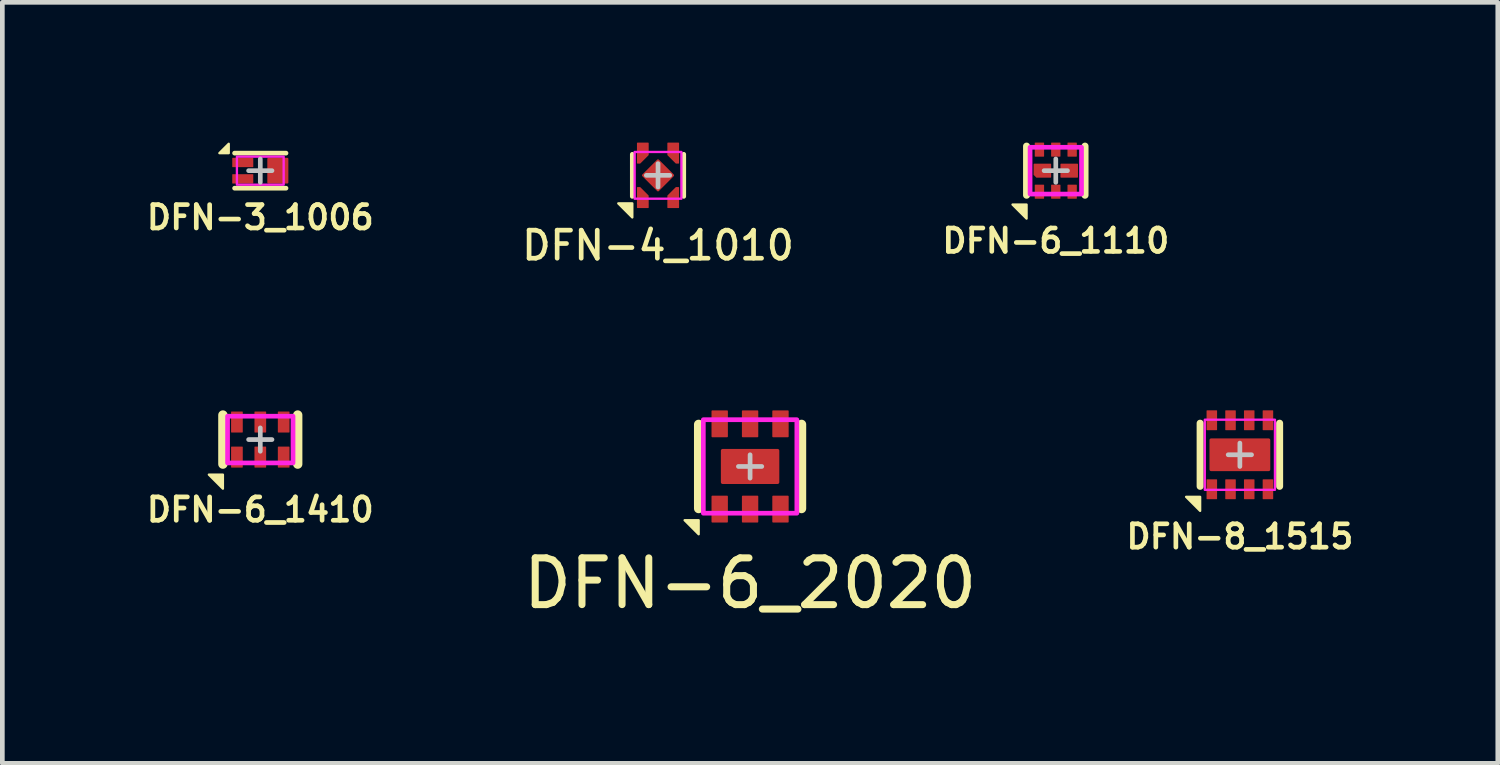
<source format=kicad_pcb>
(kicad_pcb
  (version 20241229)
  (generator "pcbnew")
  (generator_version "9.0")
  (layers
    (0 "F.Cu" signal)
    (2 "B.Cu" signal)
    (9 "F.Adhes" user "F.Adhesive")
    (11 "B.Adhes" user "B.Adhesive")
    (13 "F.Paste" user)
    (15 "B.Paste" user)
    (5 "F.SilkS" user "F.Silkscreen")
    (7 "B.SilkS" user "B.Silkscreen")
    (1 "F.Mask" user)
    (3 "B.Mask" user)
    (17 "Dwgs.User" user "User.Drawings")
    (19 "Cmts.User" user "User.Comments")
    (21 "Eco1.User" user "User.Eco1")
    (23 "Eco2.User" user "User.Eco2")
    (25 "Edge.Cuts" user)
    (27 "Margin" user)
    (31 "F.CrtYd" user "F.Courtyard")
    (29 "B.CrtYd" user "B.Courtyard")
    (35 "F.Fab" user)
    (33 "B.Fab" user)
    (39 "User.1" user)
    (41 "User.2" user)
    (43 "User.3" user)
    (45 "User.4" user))
  (footprint "DFN-3_1006"
    (layer "F.Cu")
    (at 2.517 0.6)
    (property "Reference" "DFN-3_1006" (at 0 1 0) (unlocked yes) (layer "F.SilkS") (effects (font (size 0.5 0.5) (thickness 0.1))))
    (attr smd)
    (fp_line (start -0.55 -0.375) (end 0.55 -0.375) (stroke (width 0.1) (type solid)) (layer "F.SilkS"))
    (fp_line (start -0.55 0.375) (end 0.55 0.375) (stroke (width 0.1) (type solid)) (layer "F.SilkS"))
    (fp_poly (pts (xy -0.675 -0.575) (xy -0.675 -0.375) (xy -0.875 -0.375)) (stroke (width 0.05) (type solid)) (fill yes) (layer "F.SilkS"))
    (fp_line (start -0.25 0) (end 0.25 0) (stroke (width 0.1) (type solid)) (layer "Dwgs.User"))
    (fp_line (start 0 -0.25) (end 0 0.25) (stroke (width 0.1) (type solid)) (layer "Dwgs.User"))
    (fp_rect (start -0.5 -0.3) (end 0.5 0.3) (stroke (width 0.05) (type solid)) (fill no) (layer "F.CrtYd"))
    (pad "1" smd roundrect (at -0.375 -0.175) (size 0.45 0.2) (layers "F.Cu" "F.Mask" "F.Paste") (roundrect_rratio 0.05))
    (pad "2" smd roundrect (at -0.375 0.175) (size 0.45 0.2) (layers "F.Cu" "F.Mask" "F.Paste") (roundrect_rratio 0.05))
    (pad "3" smd roundrect (at 0.375 0 90) (size 0.55 0.45) (layers "F.Cu" "F.Mask" "F.Paste") (roundrect_rratio 0.05)))
  (footprint "DFN-6_2020"
    (layer "F.Cu")
    (at 12.992 6.926)
    (property "Reference" "DFN-6_2020" (at 0 2.5 0) (unlocked yes) (layer "F.SilkS") (effects (font (size 1 1) (thickness 0.15))))
    (attr smd)
    (fp_line (start -1.1 0.9) (end -1.1 -0.9) (stroke (width 0.2) (type solid)) (layer "F.SilkS"))
    (fp_line (start 1.1 -0.9) (end 1.1 0.9) (stroke (width 0.2) (type solid)) (layer "F.SilkS"))
    (fp_poly (pts (xy -1.4 1.15) (xy -1.1 1.15) (xy -1.1 1.45)) (stroke (width 0.05) (type solid)) (fill yes) (layer "F.SilkS"))
    (fp_line (start -0.25 0) (end 0.25 0) (stroke (width 0.1) (type solid)) (layer "Dwgs.User"))
    (fp_line (start 0 -0.25) (end 0 0.25) (stroke (width 0.1) (type solid)) (layer "Dwgs.User"))
    (fp_rect (start -1 -1) (end 1 1) (stroke (width 0.1) (type solid)) (fill no) (layer "F.CrtYd"))
    (pad "1" smd roundrect (at -0.65 0.912 90) (size 0.575 0.35) (layers "F.Cu" "F.Mask" "F.Paste") (roundrect_rratio 0.05))
    (pad "2" smd roundrect (at 0 0.912 90) (size 0.575 0.35) (layers "F.Cu" "F.Mask" "F.Paste") (roundrect_rratio 0.05))
    (pad "3" smd roundrect (at 0.65 0.912 90) (size 0.575 0.35) (layers "F.Cu" "F.Mask" "F.Paste") (roundrect_rratio 0.05))
    (pad "4" smd roundrect (at 0.65 -0.912 90) (size 0.575 0.35) (layers "F.Cu" "F.Mask" "F.Paste") (roundrect_rratio 0.05))
    (pad "5" smd roundrect (at 0 -0.912 90) (size 0.575 0.35) (layers "F.Cu" "F.Mask" "F.Paste") (roundrect_rratio 0.05))
    (pad "6" smd roundrect (at -0.65 -0.912 90) (size 0.575 0.35) (layers "F.Cu" "F.Mask" "F.Paste") (roundrect_rratio 0.05))
    (pad "EP" smd roundrect (at 0 0) (size 1.25 0.75) (layers "F.Cu" "F.Mask" "F.Paste") (roundrect_rratio 0.05)))
  (footprint "DFN-4_1010"
    (layer "F.Cu")
    (at 11.023 0.7)
    (property "Reference" "DFN-4_1010" (at 0 1.5 0) (unlocked yes) (layer "F.SilkS") (effects (font (size 0.6 0.6) (thickness 0.1))))
    (attr smd)
    (fp_line (start -0.55 0.45) (end -0.55 -0.45) (stroke (width 0.1) (type solid)) (layer "F.SilkS"))
    (fp_line (start 0.55 0.45) (end 0.55 -0.45) (stroke (width 0.1) (type solid)) (layer "F.SilkS"))
    (fp_poly (pts (xy -0.85 0.6) (xy -0.55 0.6) (xy -0.55 0.9)) (stroke (width 0.05) (type solid)) (fill yes) (layer "F.SilkS"))
    (fp_line (start -0.25 0) (end 0.25 0) (stroke (width 0.1) (type solid)) (layer "Dwgs.User"))
    (fp_line (start 0 -0.25) (end 0 0.25) (stroke (width 0.1) (type solid)) (layer "Dwgs.User"))
    (fp_rect (start -0.5 -0.5) (end 0.5 0.5) (stroke (width 0.05) (type solid)) (fill no) (layer "F.CrtYd"))
    (pad "1" smd custom (at -0.325 0.5 90) (size 0.2 0.1) (layers "F.Cu" "F.Mask" "F.Paste") (options (anchor rect)) (primitives (gr_poly (pts (xy 0.237 -0.062) (xy 0.062 0.113) (xy -0.188 0.113) (xy -0.188 -0.113) (xy 0.237 -0.113)) (width 0.025) (fill yes))))
    (pad "2" smd custom (at 0.325 0.5 270) (size 0.2 0.1) (layers "F.Cu" "F.Mask" "F.Paste") (options (anchor rect)) (primitives (gr_poly (pts (xy 0.188 0.113) (xy -0.062 0.113) (xy -0.237 -0.062) (xy -0.237 -0.113) (xy 0.188 -0.113)) (width 0.025) (fill yes))))
    (pad "3" smd custom (at 0.325 -0.5 270) (size 0.2 0.1) (layers "F.Cu" "F.Mask" "F.Paste") (options (anchor rect)) (primitives (gr_poly (pts (xy 0.237 -0.062) (xy 0.062 0.113) (xy -0.188 0.113) (xy -0.188 -0.113) (xy 0.237 -0.113)) (width 0.025) (fill yes))))
    (pad "4" smd custom (at -0.325 -0.5 90) (size 0.2 0.1) (layers "F.Cu" "F.Mask" "F.Paste") (options (anchor rect)) (primitives (gr_poly (pts (xy 0.188 0.113) (xy -0.062 0.113) (xy -0.237 -0.062) (xy -0.237 -0.113) (xy 0.188 -0.113)) (width 0.025) (fill yes))))
    (pad "EP" smd roundrect (at 0 0 135) (size 0.5 0.5) (layers "F.Cu" "F.Mask" "F.Paste") (roundrect_rratio 0.05)))
  (footprint "DFN-6_1110"
    (layer "F.Cu")
    (at 19.53 0.6)
    (property "Reference" "DFN-6_1110" (at 0 1.5 0) (unlocked yes) (layer "F.SilkS") (effects (font (size 0.5 0.5) (thickness 0.1) (bold yes))))
    (attr smd)
    (fp_line (start -0.625 0.525) (end -0.625 -0.525) (stroke (width 0.15) (type solid)) (layer "F.SilkS"))
    (fp_line (start 0.625 -0.525) (end 0.625 0.525) (stroke (width 0.15) (type solid)) (layer "F.SilkS"))
    (fp_poly (pts (xy -0.925 0.725) (xy -0.625 0.725) (xy -0.625 1.025)) (stroke (width 0.05) (type solid)) (fill yes) (layer "F.SilkS"))
    (fp_line (start -0.25 0) (end 0.25 0) (stroke (width 0.1) (type solid)) (layer "Dwgs.User"))
    (fp_line (start 0 -0.25) (end 0 0.25) (stroke (width 0.1) (type solid)) (layer "Dwgs.User"))
    (fp_rect (start -0.55 -0.5) (end 0.55 0.5) (stroke (width 0.1) (type solid)) (fill no) (layer "F.CrtYd"))
    (pad "1" smd roundrect (at -0.35 0.45 90) (size 0.3 0.2) (layers "F.Cu" "F.Mask" "F.Paste") (roundrect_rratio 0.05))
    (pad "2" smd roundrect (at 0 0.45 90) (size 0.3 0.2) (layers "F.Cu" "F.Mask" "F.Paste") (roundrect_rratio 0.05))
    (pad "3" smd roundrect (at 0.35 0.45 90) (size 0.3 0.2) (layers "F.Cu" "F.Mask" "F.Paste") (roundrect_rratio 0.05))
    (pad "4" smd roundrect (at 0.35 -0.45 90) (size 0.3 0.2) (layers "F.Cu" "F.Mask" "F.Paste") (roundrect_rratio 0.05))
    (pad "5" smd roundrect (at 0 -0.45 90) (size 0.3 0.2) (layers "F.Cu" "F.Mask" "F.Paste") (roundrect_rratio 0.05))
    (pad "6" smd roundrect (at -0.35 -0.45 90) (size 0.3 0.2) (layers "F.Cu" "F.Mask" "F.Paste") (roundrect_rratio 0.05))
    (pad "7" smd roundrect (at -0.287 0) (size 0.375 0.3) (layers "F.Cu" "F.Mask" "F.Paste") (roundrect_rratio 0.05) (chamfer_ratio 0.2) (chamfer bottom_left))
    (pad "8" smd roundrect (at 0.287 0) (size 0.375 0.3) (layers "F.Cu" "F.Mask" "F.Paste") (roundrect_rratio 0.05)))
  (footprint "DFN-8_1515"
    (layer "F.Cu")
    (at 23.467 6.676)
    (property "Reference" "DFN-8_1515" (at 0 1.75 0) (unlocked yes) (layer "F.SilkS") (effects (font (size 0.5 0.5) (thickness 0.1) (bold yes))))
    (attr smd)
    (fp_line (start -0.85 0.675) (end -0.85 -0.675) (stroke (width 0.15) (type solid)) (layer "F.SilkS"))
    (fp_line (start 0.85 -0.675) (end 0.85 0.675) (stroke (width 0.15) (type solid)) (layer "F.SilkS"))
    (fp_poly (pts (xy -1.15 0.9) (xy -0.85 0.9) (xy -0.85 1.2)) (stroke (width 0.05) (type solid)) (fill yes) (layer "F.SilkS"))
    (fp_line (start -0.25 0) (end 0.25 0) (stroke (width 0.1) (type solid)) (layer "Dwgs.User"))
    (fp_line (start 0 -0.25) (end 0 0.25) (stroke (width 0.1) (type solid)) (layer "Dwgs.User"))
    (fp_rect (start -0.75 -0.75) (end 0.75 0.75) (stroke (width 0.05) (type solid)) (fill no) (layer "F.CrtYd"))
    (pad "1" smd roundrect (at -0.6 0.738 90) (size 0.425 0.225) (layers "F.Cu" "F.Mask" "F.Paste") (roundrect_rratio 0.05))
    (pad "2" smd roundrect (at -0.2 0.738 90) (size 0.425 0.225) (layers "F.Cu" "F.Mask" "F.Paste") (roundrect_rratio 0.05))
    (pad "3" smd roundrect (at 0.2 0.738 90) (size 0.425 0.225) (layers "F.Cu" "F.Mask" "F.Paste") (roundrect_rratio 0.05))
    (pad "4" smd roundrect (at 0.6 0.738 90) (size 0.425 0.225) (layers "F.Cu" "F.Mask" "F.Paste") (roundrect_rratio 0.05))
    (pad "5" smd roundrect (at 0.6 -0.738 90) (size 0.425 0.225) (layers "F.Cu" "F.Mask" "F.Paste") (roundrect_rratio 0.05))
    (pad "6" smd roundrect (at 0.2 -0.738 90) (size 0.425 0.225) (layers "F.Cu" "F.Mask" "F.Paste") (roundrect_rratio 0.05))
    (pad "7" smd roundrect (at -0.2 -0.738 90) (size 0.425 0.225) (layers "F.Cu" "F.Mask" "F.Paste") (roundrect_rratio 0.05))
    (pad "8" smd roundrect (at -0.6 -0.738 90) (size 0.425 0.225) (layers "F.Cu" "F.Mask" "F.Paste") (roundrect_rratio 0.05))
    (pad "EP" smd roundrect (at 0 0) (size 1.3 0.7) (layers "F.Cu" "F.Mask" "F.Paste") (roundrect_rratio 0.05)))
  (footprint "DFN-6_1410"
    (layer "F.Cu")
    (at 2.517 6.351)
    (property "Reference" "DFN-6_1410" (at 0 1.5 0) (unlocked yes) (layer "F.SilkS") (effects (font (size 0.5 0.5) (thickness 0.1) (bold yes))))
    (attr smd)
    (fp_line (start -0.8 0.525) (end -0.8 -0.525) (stroke (width 0.2) (type solid)) (layer "F.SilkS"))
    (fp_line (start 0.8 -0.525) (end 0.8 0.525) (stroke (width 0.2) (type solid)) (layer "F.SilkS"))
    (fp_poly (pts (xy -1.1 0.75) (xy -0.8 0.75) (xy -0.8 1.05)) (stroke (width 0.05) (type solid)) (fill yes) (layer "F.SilkS"))
    (fp_line (start -0.25 0) (end 0.25 0) (stroke (width 0.1) (type solid)) (layer "Dwgs.User"))
    (fp_line (start 0 -0.25) (end 0 0.25) (stroke (width 0.1) (type solid)) (layer "Dwgs.User"))
    (fp_rect (start -0.7 -0.5) (end 0.7 0.5) (stroke (width 0.1) (type solid)) (fill no) (layer "F.CrtYd"))
    (pad "1" smd roundrect (at -0.5 0.375 90) (size 0.45 0.25) (layers "F.Cu" "F.Mask" "F.Paste") (roundrect_rratio 0.05))
    (pad "2" smd roundrect (at 0 0.375 90) (size 0.45 0.25) (layers "F.Cu" "F.Mask" "F.Paste") (roundrect_rratio 0.05))
    (pad "3" smd roundrect (at 0.5 0.375 90) (size 0.45 0.25) (layers "F.Cu" "F.Mask" "F.Paste") (roundrect_rratio 0.05))
    (pad "4" smd roundrect (at 0.5 -0.375 90) (size 0.45 0.25) (layers "F.Cu" "F.Mask" "F.Paste") (roundrect_rratio 0.05))
    (pad "5" smd roundrect (at 0 -0.375 90) (size 0.45 0.25) (layers "F.Cu" "F.Mask" "F.Paste") (roundrect_rratio 0.05))
    (pad "6" smd roundrect (at -0.5 -0.375 90) (size 0.45 0.25) (layers "F.Cu" "F.Mask" "F.Paste") (roundrect_rratio 0.05)))
  (gr_rect
    (start -3 -3)
    (end 28.983 13.275)
    (stroke (width 0.1) (type default))
    (fill no)
    (layer "Edge.Cuts")))
</source>
